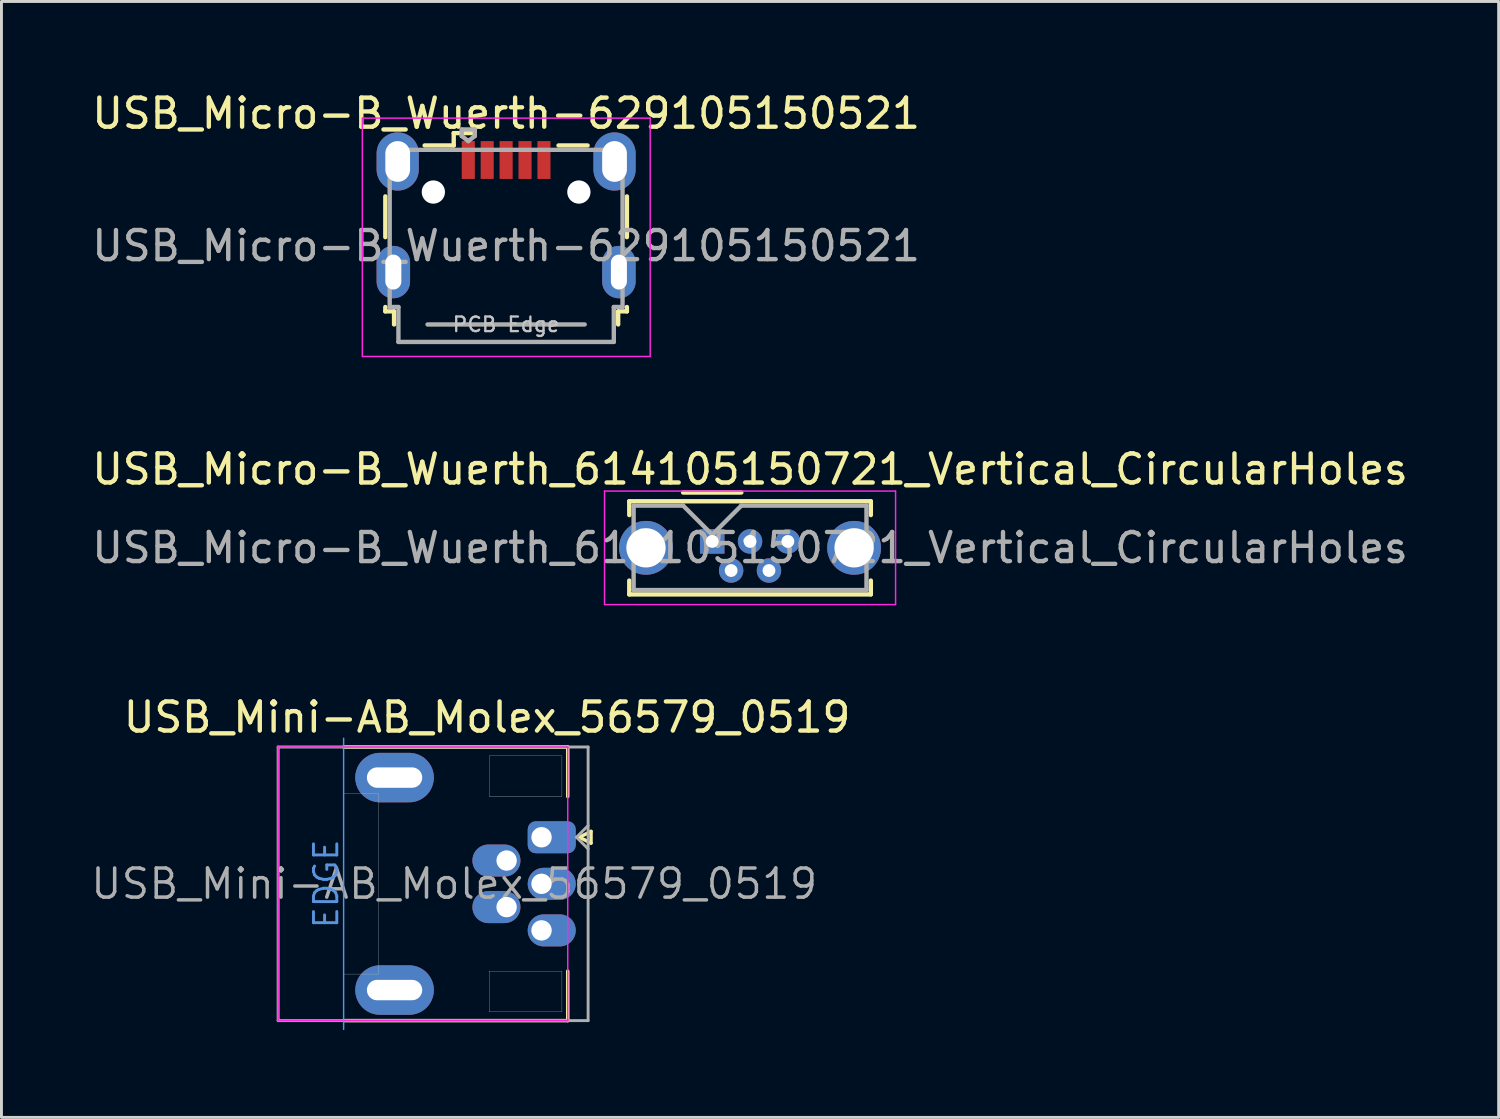
<source format=kicad_pcb>
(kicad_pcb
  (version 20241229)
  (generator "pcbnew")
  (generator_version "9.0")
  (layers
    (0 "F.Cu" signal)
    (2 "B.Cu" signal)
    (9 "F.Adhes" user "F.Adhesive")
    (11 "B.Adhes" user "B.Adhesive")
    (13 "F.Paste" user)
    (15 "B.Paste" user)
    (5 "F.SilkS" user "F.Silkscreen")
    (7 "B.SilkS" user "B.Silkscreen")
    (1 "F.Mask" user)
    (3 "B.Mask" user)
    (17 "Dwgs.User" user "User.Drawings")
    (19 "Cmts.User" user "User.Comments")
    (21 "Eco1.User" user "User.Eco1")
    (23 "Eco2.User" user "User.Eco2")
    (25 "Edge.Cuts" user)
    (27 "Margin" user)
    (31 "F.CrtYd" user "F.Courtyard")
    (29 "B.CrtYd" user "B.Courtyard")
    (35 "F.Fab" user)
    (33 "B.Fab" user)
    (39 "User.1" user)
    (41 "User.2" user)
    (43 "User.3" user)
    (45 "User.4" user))
  (footprint "USB_Mini-AB_Molex_56579_0519"
    (layer "F.Cu")
    (at 15.556 25.716)
    (property "Reference" "USB_Mini-AB_Molex_56579_0519" (at -1.871 -4.121 0) (layer "F.SilkS") (effects (font (size 1 1) (thickness 0.15))))
    (attr through_hole)
    (fp_line (start -6.8 -3.1) (end 0.9 -3.1) (stroke (width 0.12) (type solid)) (layer "F.SilkS"))
    (fp_line (start 0.9 -3.1) (end 0.9 -1.4) (stroke (width 0.12) (type solid)) (layer "F.SilkS"))
    (fp_line (start 0.9 4.6) (end 0.9 6.3) (stroke (width 0.12) (type solid)) (layer "F.SilkS"))
    (fp_line (start 0.9 6.3) (end -6.8 6.3) (stroke (width 0.12) (type solid)) (layer "F.SilkS"))
    (fp_line (start 1.3 0) (end 1.7 -0.2) (stroke (width 0.12) (type solid)) (layer "F.SilkS"))
    (fp_line (start 1.7 -0.2) (end 1.7 0.2) (stroke (width 0.12) (type solid)) (layer "F.SilkS"))
    (fp_line (start 1.7 0.2) (end 1.3 0) (stroke (width 0.12) (type solid)) (layer "F.SilkS"))
    (fp_poly (pts (xy -6.8 -1.5) (xy -5.6 -1.5) (xy -5.6 4.7) (xy -6.8 4.7)) (stroke (width 0.01) (type solid)) (fill no) (layer "Dwgs.User"))
    (fp_poly (pts (xy -1.8 -2.8) (xy 0.7 -2.8) (xy 0.7 -1.4) (xy -1.8 -1.4)) (stroke (width 0.01) (type solid)) (fill no) (layer "Dwgs.User"))
    (fp_poly (pts (xy -1.8 4.6) (xy 0.7 4.6) (xy 0.7 6) (xy -1.8 6)) (stroke (width 0.01) (type solid)) (fill no) (layer "Dwgs.User"))
    (fp_line (start -6.8 -3.4) (end -6.8 6.6) (stroke (width 0.05) (type solid)) (layer "Cmts.User"))
    (fp_line (start -9.05 -3.1) (end 0.9 -3.1) (stroke (width 0.05) (type solid)) (layer "F.CrtYd"))
    (fp_line (start -9.05 6.3) (end -9.05 -3.1) (stroke (width 0.05) (type solid)) (layer "F.CrtYd"))
    (fp_line (start 0.9 -3.1) (end 0.9 6.3) (stroke (width 0.05) (type solid)) (layer "F.CrtYd"))
    (fp_line (start 0.9 6.3) (end -9.05 6.3) (stroke (width 0.05) (type solid)) (layer "F.CrtYd"))
    (fp_line (start -9.05 -3.1) (end 1.6 -3.1) (stroke (width 0.1) (type solid)) (layer "F.Fab"))
    (fp_line (start -9.05 6.3) (end -9.05 -3.1) (stroke (width 0.1) (type solid)) (layer "F.Fab"))
    (fp_line (start 1.2 0) (end 1.6 -0.4) (stroke (width 0.1) (type solid)) (layer "F.Fab"))
    (fp_line (start 1.2 0) (end 1.6 0.4) (stroke (width 0.1) (type solid)) (layer "F.Fab"))
    (fp_line (start 1.6 -3.1) (end 1.6 6.3) (stroke (width 0.1) (type solid)) (layer "F.Fab"))
    (fp_line (start 1.6 6.3) (end -9.05 6.3) (stroke (width 0.1) (type solid)) (layer "F.Fab"))
    (fp_text user "EDGE" (at -7.4 1.6 90) (layer "Cmts.User") (effects (font (size 0.801 0.801) (thickness 0.1))))
    (fp_text user "${REFERENCE}" (at -3 1.6 0) (layer "F.Fab") (effects (font (size 1 1) (thickness 0.12))))
    (pad "" smd oval (at -5.05 -2.05) (size 1.9 0.7) (layers "F.Mask"))
    (pad "" smd oval (at -5.05 5.25) (size 1.9 0.7) (layers "F.Mask"))
    (pad "" smd oval (at -1.2 0.8) (size 0.7 0.7) (layers "F.Mask"))
    (pad "" smd oval (at -1.2 2.4) (size 0.7 0.7) (layers "F.Mask"))
    (pad "" smd oval (at 0 0) (size 0.7 0.7) (layers "F.Mask"))
    (pad "" smd oval (at 0 1.6) (size 0.7 0.7) (layers "F.Mask"))
    (pad "" smd oval (at 0 3.2) (size 0.7 0.7) (layers "F.Mask"))
    (pad "1" thru_hole roundrect (at 0 0) (size 1.65 1.1) (drill 0.7 (offset 0.35 0)) (layers "B.Cu" "B.Mask") (roundrect_rratio 0.25))
    (pad "2" thru_hole oval (at -1.2 0.8) (size 1.65 1.1) (drill 0.7 (offset -0.35 0)) (layers "B.Cu" "B.Mask"))
    (pad "3" thru_hole oval (at 0 1.6) (size 1.65 1.1) (drill 0.7 (offset 0.35 0)) (layers "B.Cu" "B.Mask"))
    (pad "4" thru_hole oval (at -1.2 2.4) (size 1.65 1.1) (drill 0.7 (offset -0.35 0)) (layers "B.Cu" "B.Mask"))
    (pad "5" thru_hole oval (at 0 3.2) (size 1.65 1.1) (drill 0.7 (offset 0.35 0)) (layers "B.Cu" "B.Mask"))
    (pad "6" thru_hole oval (at -5.05 -2.05) (size 2.7 1.7) (drill oval 1.9 0.7) (layers "B.Cu" "B.Mask"))
    (pad "6" thru_hole oval (at -5.05 5.25) (size 2.7 1.7) (drill oval 1.9 0.7) (layers "B.Cu" "B.Mask")))
  (footprint "USB_Micro-B_Wuerth-629105150521"
    (layer "F.Cu")
    (at 14.339 4.348)
    (property "Reference" "USB_Micro-B_Wuerth-629105150521" (at 0 -3.5 0) (layer "F.SilkS") (effects (font (size 1 1) (thickness 0.15))))
    (attr smd)
    (fp_line (start -4.15 -0.65) (end -4.15 0.75) (stroke (width 0.15) (type solid)) (layer "F.SilkS"))
    (fp_line (start -4.15 3.15) (end -4.15 3.3) (stroke (width 0.15) (type solid)) (layer "F.SilkS"))
    (fp_line (start -4.15 3.3) (end -3.85 3.3) (stroke (width 0.15) (type solid)) (layer "F.SilkS"))
    (fp_line (start -3.85 3.3) (end -3.85 3.75) (stroke (width 0.15) (type solid)) (layer "F.SilkS"))
    (fp_line (start -1.8 -2.825) (end -1.8 -2.4) (stroke (width 0.15) (type solid)) (layer "F.SilkS"))
    (fp_line (start -1.8 -2.4) (end -2.8 -2.4) (stroke (width 0.15) (type solid)) (layer "F.SilkS"))
    (fp_line (start -1.075 -2.825) (end -1.8 -2.825) (stroke (width 0.15) (type solid)) (layer "F.SilkS"))
    (fp_line (start 1.8 -2.4) (end 2.8 -2.4) (stroke (width 0.15) (type solid)) (layer "F.SilkS"))
    (fp_line (start 3.85 3.3) (end 4.15 3.3) (stroke (width 0.15) (type solid)) (layer "F.SilkS"))
    (fp_line (start 3.85 3.75) (end 3.85 3.3) (stroke (width 0.15) (type solid)) (layer "F.SilkS"))
    (fp_line (start 4.15 0.75) (end 4.15 -0.65) (stroke (width 0.15) (type solid)) (layer "F.SilkS"))
    (fp_line (start 4.15 3.3) (end 4.15 3.15) (stroke (width 0.15) (type solid)) (layer "F.SilkS"))
    (fp_line (start -4.94 -3.34) (end -4.94 4.85) (stroke (width 0.05) (type solid)) (layer "F.CrtYd"))
    (fp_line (start -4.94 4.85) (end 4.95 4.85) (stroke (width 0.05) (type solid)) (layer "F.CrtYd"))
    (fp_line (start 4.95 -3.34) (end -4.94 -3.34) (stroke (width 0.05) (type solid)) (layer "F.CrtYd"))
    (fp_line (start 4.95 4.85) (end 4.95 -3.34) (stroke (width 0.05) (type solid)) (layer "F.CrtYd"))
    (fp_line (start -4 -2.25) (end -4 3.15) (stroke (width 0.15) (type solid)) (layer "F.Fab"))
    (fp_line (start -4 3.15) (end -3.7 3.15) (stroke (width 0.15) (type solid)) (layer "F.Fab"))
    (fp_line (start -3.7 3.15) (end -3.7 4.35) (stroke (width 0.15) (type solid)) (layer "F.Fab"))
    (fp_line (start -3.7 4.35) (end 3.7 4.35) (stroke (width 0.15) (type solid)) (layer "F.Fab"))
    (fp_line (start -2.7 3.75) (end 2.7 3.75) (stroke (width 0.15) (type solid)) (layer "F.Fab"))
    (fp_line (start -1.525 -2.95) (end -1.075 -2.95) (stroke (width 0.15) (type solid)) (layer "F.Fab"))
    (fp_line (start -1.525 -2.725) (end -1.525 -2.95) (stroke (width 0.15) (type solid)) (layer "F.Fab"))
    (fp_line (start -1.3 -2.55) (end -1.525 -2.725) (stroke (width 0.15) (type solid)) (layer "F.Fab"))
    (fp_line (start -1.075 -2.95) (end -1.075 -2.725) (stroke (width 0.15) (type solid)) (layer "F.Fab"))
    (fp_line (start -1.075 -2.725) (end -1.3 -2.55) (stroke (width 0.15) (type solid)) (layer "F.Fab"))
    (fp_line (start 3.7 3.15) (end 4 3.15) (stroke (width 0.15) (type solid)) (layer "F.Fab"))
    (fp_line (start 3.7 4.35) (end 3.7 3.15) (stroke (width 0.15) (type solid)) (layer "F.Fab"))
    (fp_line (start 4 -2.25) (end -4 -2.25) (stroke (width 0.15) (type solid)) (layer "F.Fab"))
    (fp_line (start 4 3.15) (end 4 -2.25) (stroke (width 0.15) (type solid)) (layer "F.Fab"))
    (fp_text user "PCB Edge" (at 0 3.75 0) (layer "Dwgs.User") (effects (font (size 0.5 0.5) (thickness 0.08))))
    (fp_text user "${REFERENCE}" (at 0 1.05 0) (layer "F.Fab") (effects (font (size 1 1) (thickness 0.15))))
    (pad "" np_thru_hole oval (at -2.5 -0.8) (size 0.8 0.8) (drill 0.8) (layers "*.Cu" "*.Mask"))
    (pad "" np_thru_hole oval (at 2.5 -0.8) (size 0.8 0.8) (drill 0.8) (layers "*.Cu" "*.Mask"))
    (pad "1" smd rect (at -1.3 -1.9) (size 0.45 1.3) (layers "F.Cu" "F.Mask" "F.Paste"))
    (pad "2" smd rect (at -0.65 -1.9) (size 0.45 1.3) (layers "F.Cu" "F.Mask" "F.Paste"))
    (pad "3" smd rect (at 0 -1.9) (size 0.45 1.3) (layers "F.Cu" "F.Mask" "F.Paste"))
    (pad "4" smd rect (at 0.65 -1.9) (size 0.45 1.3) (layers "F.Cu" "F.Mask" "F.Paste"))
    (pad "5" smd rect (at 1.3 -1.9) (size 0.45 1.3) (layers "F.Cu" "F.Mask" "F.Paste"))
    (pad "6" thru_hole oval (at -3.875 1.95) (size 1.15 1.8) (drill oval 0.55 1.2) (layers "*.Cu" "*.Mask"))
    (pad "6" thru_hole oval (at -3.725 -1.85) (size 1.45 2) (drill oval 0.85 1.4) (layers "*.Cu" "*.Mask"))
    (pad "6" thru_hole oval (at 3.725 -1.85) (size 1.45 2) (drill oval 0.85 1.4) (layers "*.Cu" "*.Mask"))
    (pad "6" thru_hole oval (at 3.875 1.95) (size 1.15 1.8) (drill oval 0.55 1.2) (layers "*.Cu" "*.Mask")))
  (footprint "USB_Micro-B_Wuerth_614105150721_Vertical_CircularHoles"
    (layer "F.Cu")
    (at 21.42 15.552)
    (property "Reference" "USB_Micro-B_Wuerth_614105150721_Vertical_CircularHoles" (at 1.3 -2.48 0) (layer "F.SilkS") (effects (font (size 1 1) (thickness 0.15))))
    (attr through_hole)
    (fp_line (start -2.85 -1.38) (end 5.45 -1.38) (stroke (width 0.15) (type solid)) (layer "F.SilkS"))
    (fp_line (start -2.85 -0.905) (end -2.85 -1.38) (stroke (width 0.15) (type solid)) (layer "F.SilkS"))
    (fp_line (start -2.85 1.345) (end -2.85 1.82) (stroke (width 0.15) (type solid)) (layer "F.SilkS"))
    (fp_line (start -2.85 1.82) (end 5.45 1.82) (stroke (width 0.15) (type solid)) (layer "F.SilkS"))
    (fp_line (start -1 -1.68) (end 1 -1.68) (stroke (width 0.15) (type solid)) (layer "F.SilkS"))
    (fp_line (start 5.45 -1.38) (end 5.45 -0.905) (stroke (width 0.15) (type solid)) (layer "F.SilkS"))
    (fp_line (start 5.45 1.82) (end 5.45 1.345) (stroke (width 0.15) (type solid)) (layer "F.SilkS"))
    (fp_line (start -3.7 -1.73) (end -3.7 2.17) (stroke (width 0.05) (type solid)) (layer "F.CrtYd"))
    (fp_line (start -3.7 2.17) (end 6.3 2.17) (stroke (width 0.05) (type solid)) (layer "F.CrtYd"))
    (fp_line (start 6.3 -1.73) (end -3.7 -1.73) (stroke (width 0.05) (type solid)) (layer "F.CrtYd"))
    (fp_line (start 6.3 2.17) (end 6.3 -1.73) (stroke (width 0.05) (type solid)) (layer "F.CrtYd"))
    (fp_line (start -2.7 -1.23) (end -1 -1.23) (stroke (width 0.15) (type solid)) (layer "F.Fab"))
    (fp_line (start -2.7 1.67) (end -2.7 -1.23) (stroke (width 0.15) (type solid)) (layer "F.Fab"))
    (fp_line (start -1 -1.23) (end 0 -0.23) (stroke (width 0.15) (type solid)) (layer "F.Fab"))
    (fp_line (start 0 -0.23) (end 1 -1.23) (stroke (width 0.15) (type solid)) (layer "F.Fab"))
    (fp_line (start 1 -1.23) (end 5.3 -1.23) (stroke (width 0.15) (type solid)) (layer "F.Fab"))
    (fp_line (start 5.3 -1.23) (end 5.3 1.67) (stroke (width 0.15) (type solid)) (layer "F.Fab"))
    (fp_line (start 5.3 1.67) (end -2.7 1.67) (stroke (width 0.15) (type solid)) (layer "F.Fab"))
    (fp_text user "${REFERENCE}" (at 1.3 0.22 0) (layer "F.Fab") (effects (font (size 1 1) (thickness 0.15))))
    (pad "1" thru_hole rect (at 0 0) (size 0.84 0.84) (drill 0.44) (layers "*.Cu" "*.Mask"))
    (pad "2" thru_hole circle (at 0.65 1) (size 0.84 0.84) (drill 0.44) (layers "*.Cu" "*.Mask"))
    (pad "3" thru_hole circle (at 1.3 0) (size 0.84 0.84) (drill 0.44) (layers "*.Cu" "*.Mask"))
    (pad "4" thru_hole circle (at 1.95 1) (size 0.84 0.84) (drill 0.44) (layers "*.Cu" "*.Mask"))
    (pad "5" thru_hole circle (at 2.6 0) (size 0.84 0.84) (drill 0.44) (layers "*.Cu" "*.Mask"))
    (pad "6" thru_hole circle (at -2.275 0.22) (size 1.85 1.85) (drill 1.35) (layers "*.Cu" "*.Mask"))
    (pad "6" thru_hole circle (at 4.875 0.22) (size 1.85 1.85) (drill 1.35) (layers "*.Cu" "*.Mask")))
  (gr_rect
    (start -3 -3)
    (end 48.44 35.341)
    (stroke (width 0.1) (type default))
    (fill no)
    (layer "Edge.Cuts")))
</source>
